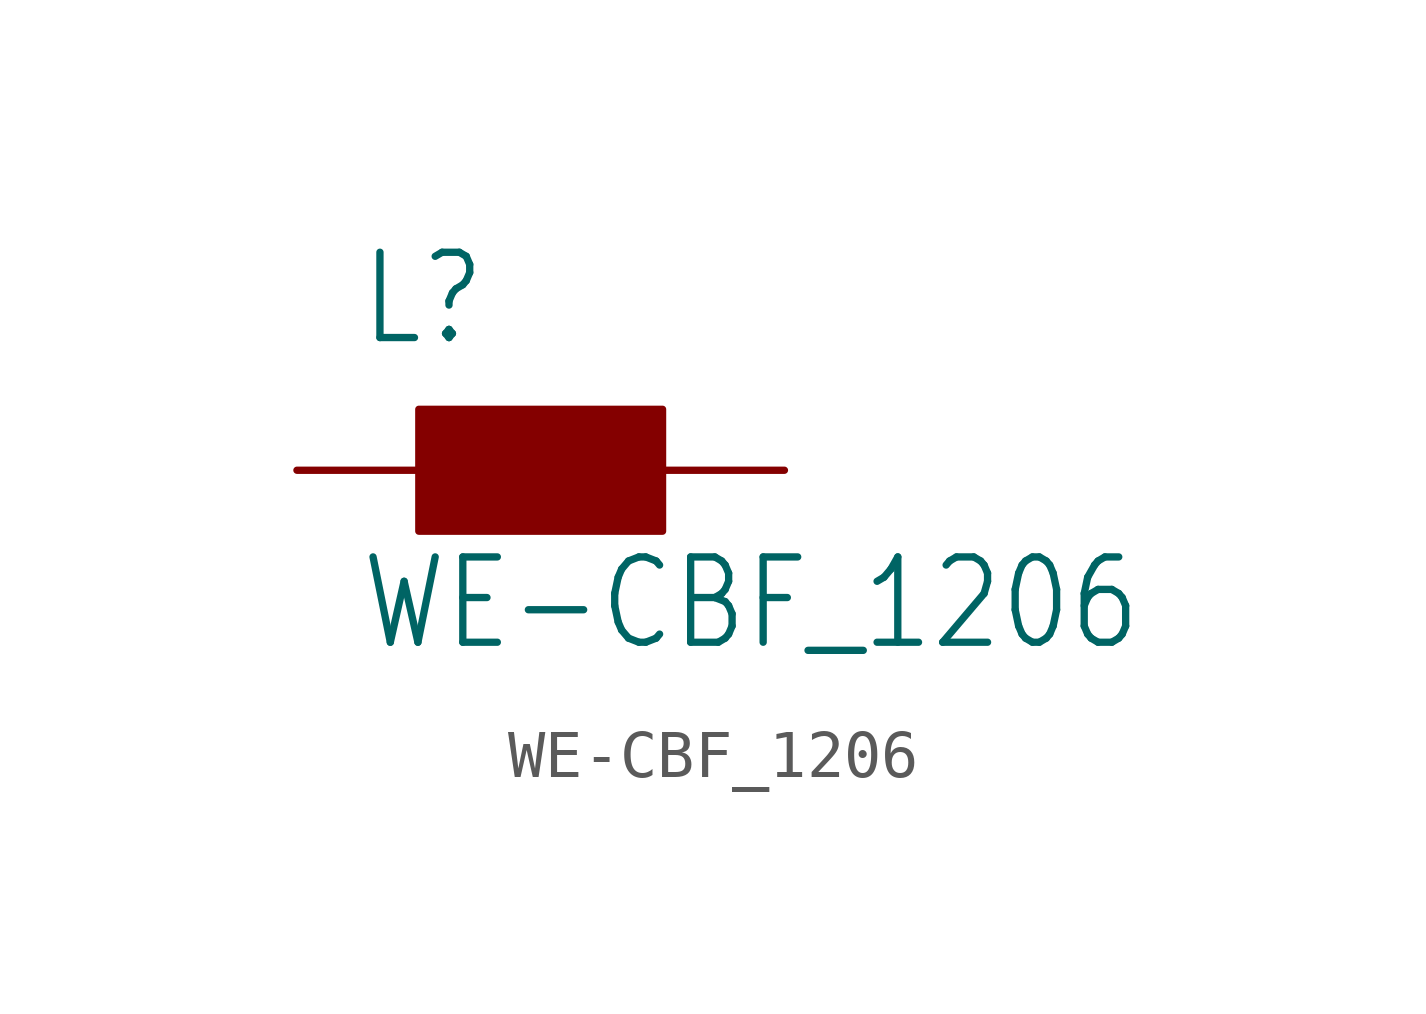
<source format=kicad_sym>
(kicad_symbol_lib
  (version 20211014)
  (generator kicad_symbol_editor)
  (symbol "WE-CBF_1206"
    (property "Reference" "L"
      (at -3.81 5.08 0)
      (effects (font (size 1.778 1.511)) (justify left bottom)))
    (property "Value" "WE-CBF_1206"
      (at -3.81 -1.27 0)
      (effects (font (size 1.778 1.511)) (justify left bottom)))
    (property "ki_locked" ""
      (at 0 0 0)
      (effects (font (size 1.27 1.27))))
    (symbol "WE-CBF_1206_1_0"
      (rectangle (start -2.54 1.27) (end 2.54 3.81) (stroke (width 0) (type default) (color 0 0 0 0)) (fill (type outline)))
      (pin passive line (at -5.08 2.54 0) (length 2.54) (name "1" (effects (font (size 0 0)))) (number "1" (effects (font (size 0 0)))))
      (pin passive line (at 5.08 2.54 180) (length 2.54) (name "2" (effects (font (size 0 0)))) (number "2" (effects (font (size 0 0))))))))
</source>
